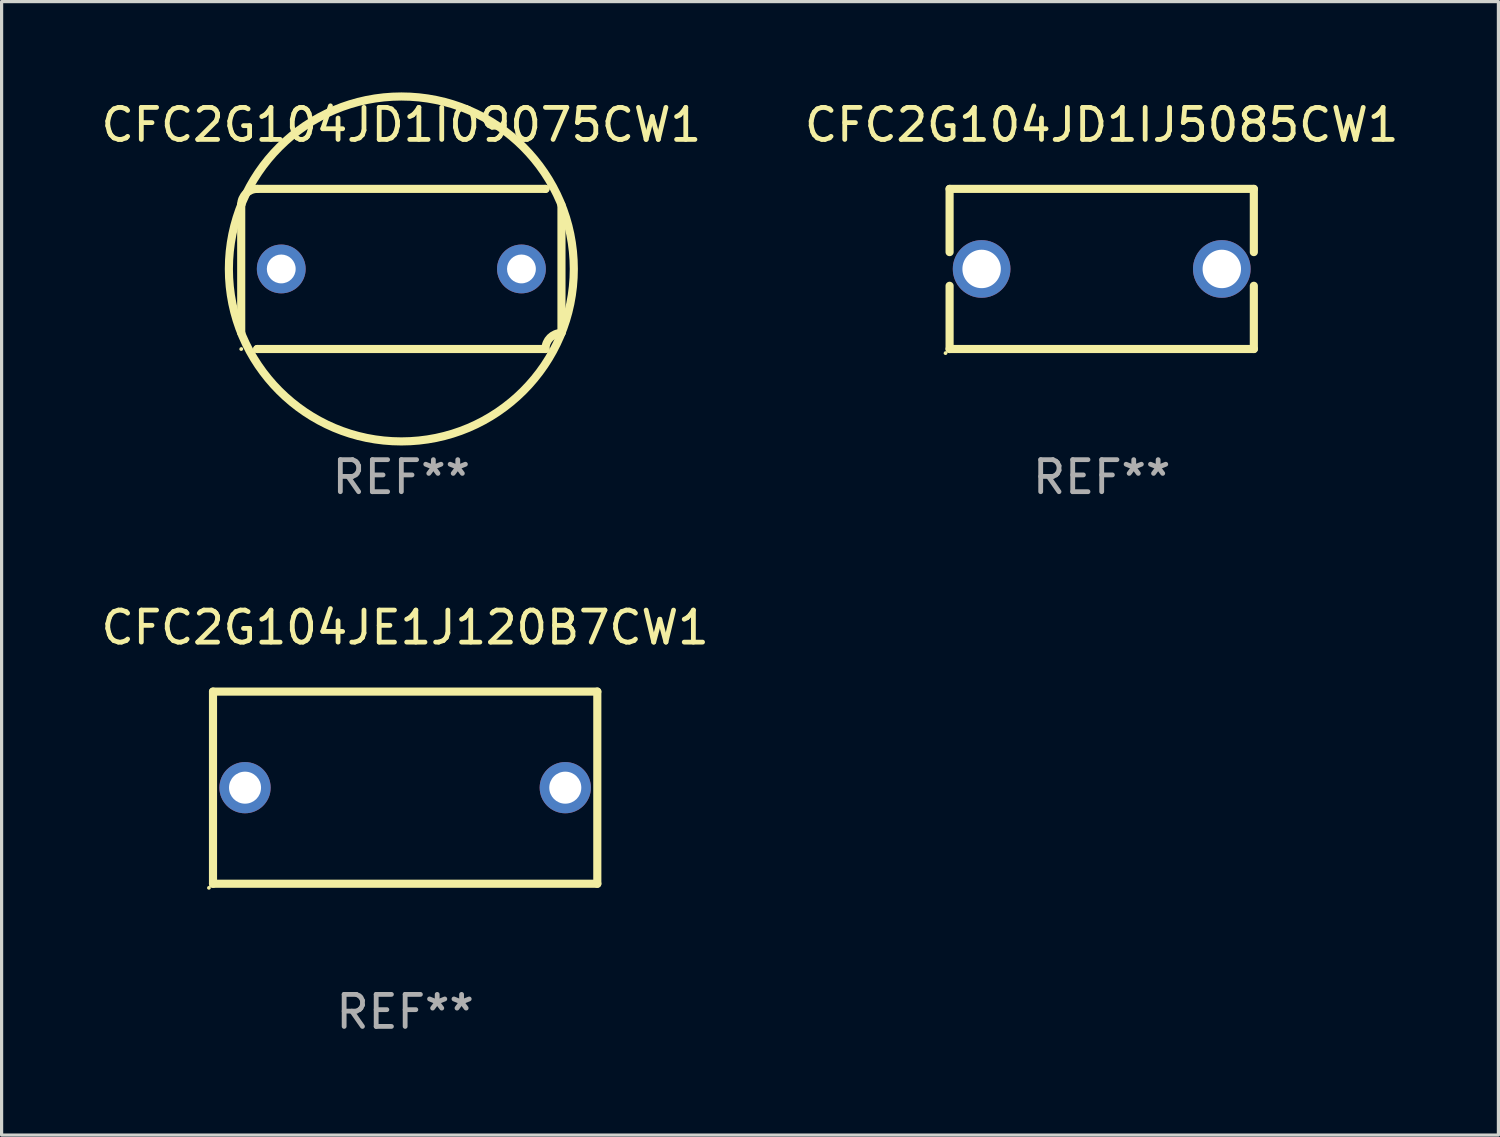
<source format=kicad_pcb>
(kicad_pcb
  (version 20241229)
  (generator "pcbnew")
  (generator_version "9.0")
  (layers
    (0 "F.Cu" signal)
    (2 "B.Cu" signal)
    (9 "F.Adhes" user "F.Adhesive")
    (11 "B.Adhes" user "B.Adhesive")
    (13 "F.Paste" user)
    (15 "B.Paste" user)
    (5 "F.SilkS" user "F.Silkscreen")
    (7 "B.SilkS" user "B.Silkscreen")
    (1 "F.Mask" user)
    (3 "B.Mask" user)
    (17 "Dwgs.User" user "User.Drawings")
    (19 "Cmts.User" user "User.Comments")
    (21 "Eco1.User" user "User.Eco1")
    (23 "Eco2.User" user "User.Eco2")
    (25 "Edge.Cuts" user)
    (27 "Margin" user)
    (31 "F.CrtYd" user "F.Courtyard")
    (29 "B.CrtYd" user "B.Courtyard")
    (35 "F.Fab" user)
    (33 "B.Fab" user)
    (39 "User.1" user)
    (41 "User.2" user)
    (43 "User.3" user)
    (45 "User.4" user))
  (footprint "CFC2G104JD1I09075CW1"
    (layer "F.Cu")
    (at 9.482 5.348)
    (property "Reference" "CFC2G104JD1I09075CW1" (at 0 -4.5 0) (layer "F.SilkS") (effects (font (size 1 1) (thickness 0.15))))
    (attr through_hole)
    (fp_line (start -5 2) (end -5 -2) (stroke (width 0.254) (type solid)) (layer "F.SilkS"))
    (fp_line (start -4.5 -2.5) (end 4.5 -2.5) (stroke (width 0.254) (type solid)) (layer "F.SilkS"))
    (fp_line (start -4.5 2.5) (end -4.5 2.5) (stroke (width 0.254) (type solid)) (layer "F.SilkS"))
    (fp_line (start 4.5 -2.5) (end 4.5 -2.5) (stroke (width 0.254) (type solid)) (layer "F.SilkS"))
    (fp_line (start 4.5 2.5) (end -4.5 2.5) (stroke (width 0.254) (type solid)) (layer "F.SilkS"))
    (fp_line (start 5 -2) (end 5 2) (stroke (width 0.254) (type solid)) (layer "F.SilkS"))
    (fp_arc (start -5.000052 -2.000038) (mid -4.8536 -2.353579) (end -4.500051 -2.500013) (stroke (width 0.254001) (type solid)) (layer "F.SilkS"))
    (fp_arc (start -5 2.000013) (mid 4.999978 -1.999991) (end -5 2.000013) (stroke (width 0.254001) (type solid)) (layer "F.SilkS"))
    (fp_arc (start 4.500051 2.499987) (mid 4.646507 2.14645) (end 5.000052 2.000013) (stroke (width 0.254001) (type solid)) (layer "F.SilkS"))
    (fp_circle (center -5 2.5) (end -4.97 2.5) (stroke (width 0.06) (type solid)) (fill no) (layer "F.SilkS"))
    (fp_text user "REF**" (at 0 6.5 0) (layer "F.Fab") (effects (font (size 1 1) (thickness 0.15))))
    (pad "1" thru_hole circle (at -3.75 -0.000013) (size 1.524 1.524) (drill 0.9) (layers "*.Cu" "*.Mask"))
    (pad "2" thru_hole circle (at 3.75 -0.000013) (size 1.524 1.524) (drill 0.9) (layers "*.Cu" "*.Mask")))
  (footprint "CFC2G104JE1J120B7CW1"
    (layer "F.Cu")
    (at 9.601 21.545)
    (property "Reference" "CFC2G104JE1J120B7CW1" (at 0 -5 0) (layer "F.SilkS") (effects (font (size 1 1) (thickness 0.15))))
    (attr through_hole)
    (fp_line (start -6 -3) (end 6 -3) (stroke (width 0.254) (type solid)) (layer "F.SilkS"))
    (fp_line (start -6 3) (end -6 -3) (stroke (width 0.254) (type solid)) (layer "F.SilkS"))
    (fp_line (start 6 -3) (end 6 3) (stroke (width 0.254) (type solid)) (layer "F.SilkS"))
    (fp_line (start 6 3) (end -6 3) (stroke (width 0.254) (type solid)) (layer "F.SilkS"))
    (fp_circle (center -6.127 3.127) (end -6.097 3.127) (stroke (width 0.06) (type solid)) (fill no) (layer "F.SilkS"))
    (fp_text user "REF**" (at 0 7 0) (layer "F.Fab") (effects (font (size 1 1) (thickness 0.15))))
    (pad "1" thru_hole circle (at -5 0) (size 1.6 1.6) (drill 1) (layers "*.Cu" "*.Mask"))
    (pad "2" thru_hole circle (at 5 0) (size 1.6 1.6) (drill 1) (layers "*.Cu" "*.Mask")))
  (footprint "CFC2G104JD1IJ5085CW1"
    (layer "F.Cu")
    (at 31.351 5.348)
    (property "Reference" "CFC2G104JD1IJ5085CW1" (at 0 -4.5 0) (layer "F.SilkS") (effects (font (size 1 1) (thickness 0.15))))
    (attr through_hole)
    (fp_line (start -4.75 -2.5) (end -4.75 -0.526) (stroke (width 0.254) (type solid)) (layer "F.SilkS"))
    (fp_line (start -4.75 -2.5) (end 4.75 -2.5) (stroke (width 0.254) (type solid)) (layer "F.SilkS"))
    (fp_line (start -4.75 0.526) (end -4.75 2.5) (stroke (width 0.254) (type solid)) (layer "F.SilkS"))
    (fp_line (start 4.75 2.5) (end -4.75 2.5) (stroke (width 0.254) (type solid)) (layer "F.SilkS"))
    (fp_line (start 4.75 -2.5) (end 4.75 -0.526) (stroke (width 0.254) (type solid)) (layer "F.SilkS"))
    (fp_line (start 4.75 0.526) (end 4.75 2.5) (stroke (width 0.254) (type solid)) (layer "F.SilkS"))
    (fp_circle (center -4.877 2.627) (end -4.847 2.627) (stroke (width 0.06) (type solid)) (fill no) (layer "F.SilkS"))
    (fp_text user "REF**" (at 0 6.5 0) (layer "F.Fab") (effects (font (size 1 1) (thickness 0.15))))
    (pad "1" thru_hole circle (at -3.75 0) (size 1.8 1.8) (drill 1.2) (layers "*.Cu" "*.Mask"))
    (pad "2" thru_hole circle (at 3.75 0) (size 1.8 1.8) (drill 1.2) (layers "*.Cu" "*.Mask")))
  (gr_rect
    (start -3 -3)
    (end 43.738 32.393)
    (stroke (width 0.1) (type default))
    (fill no)
    (layer "Edge.Cuts")))
</source>
